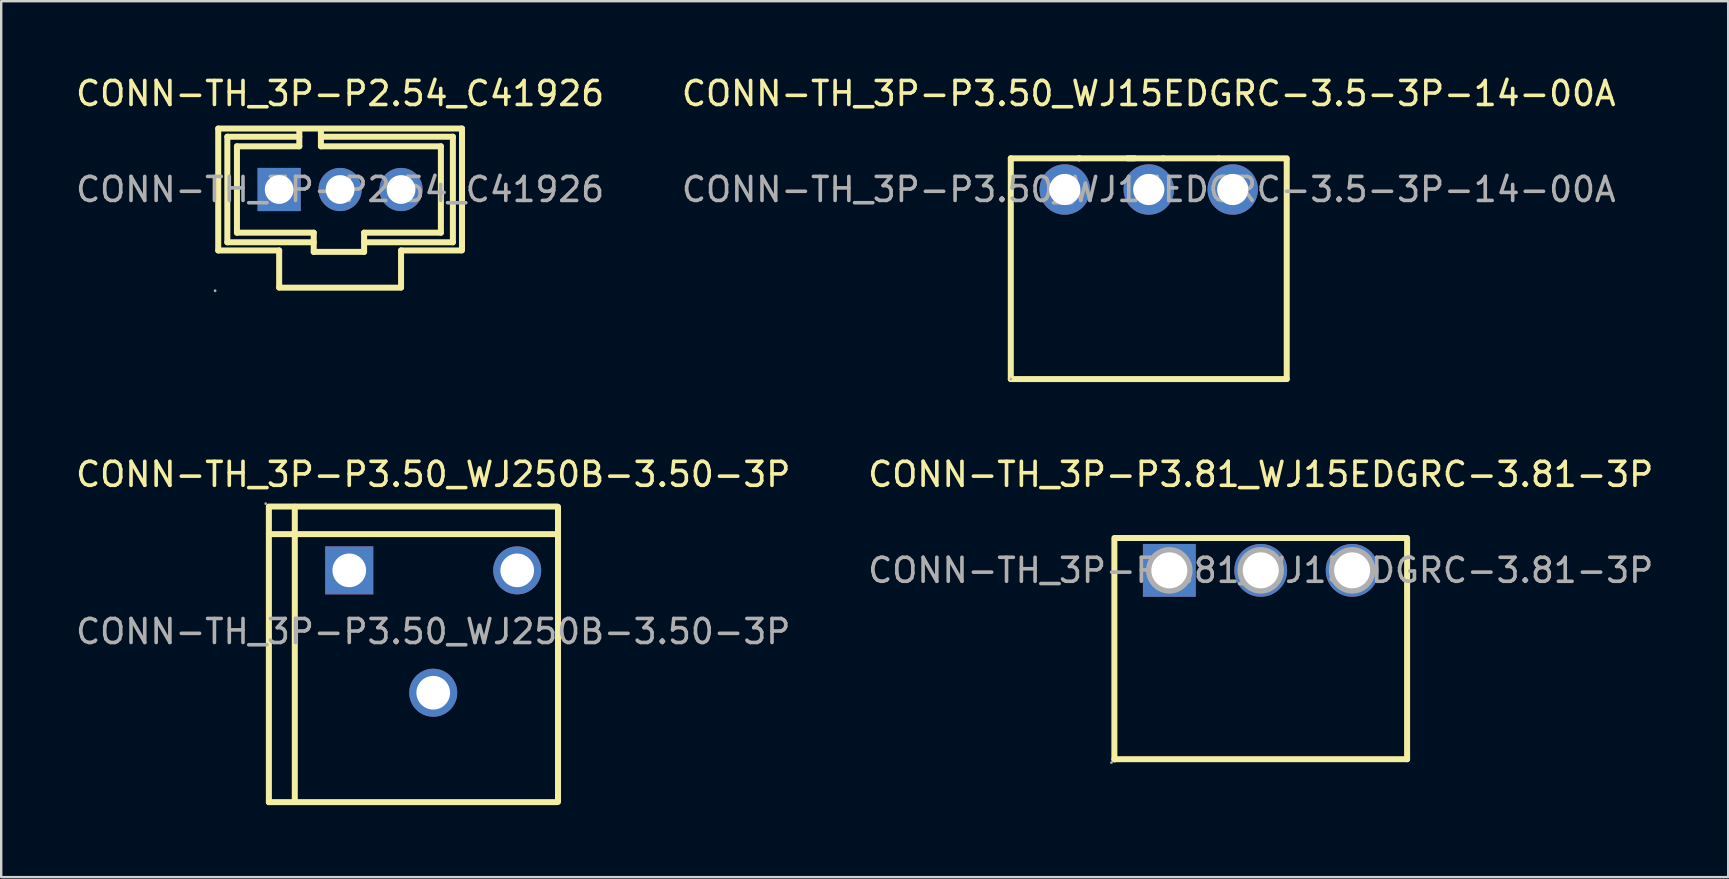
<source format=kicad_pcb>
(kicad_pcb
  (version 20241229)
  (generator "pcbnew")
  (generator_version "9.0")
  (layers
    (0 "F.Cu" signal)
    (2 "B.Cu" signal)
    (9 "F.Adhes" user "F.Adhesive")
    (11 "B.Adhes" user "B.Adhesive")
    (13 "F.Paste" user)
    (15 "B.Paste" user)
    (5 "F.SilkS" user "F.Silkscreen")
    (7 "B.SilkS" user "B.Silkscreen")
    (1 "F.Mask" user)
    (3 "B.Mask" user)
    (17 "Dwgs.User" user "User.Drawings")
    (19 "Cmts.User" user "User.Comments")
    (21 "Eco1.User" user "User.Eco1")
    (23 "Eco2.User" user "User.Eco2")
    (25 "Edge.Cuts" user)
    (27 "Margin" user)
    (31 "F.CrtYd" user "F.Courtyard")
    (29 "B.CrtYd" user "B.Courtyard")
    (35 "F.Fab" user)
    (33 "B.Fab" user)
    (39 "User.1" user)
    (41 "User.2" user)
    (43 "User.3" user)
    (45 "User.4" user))
  (footprint "CONN-TH_3P-P3.50_WJ15EDGRC-3.5-3P-14-00A"
    (layer "F.Cu")
    (at 44.827 4.848)
    (property "Reference" "CONN-TH_3P-P3.50_WJ15EDGRC-3.5-3P-14-00A" (at 0 -4 0) (layer "F.SilkS") (effects (font (size 1 1) (thickness 0.15))))
    (attr through_hole)
    (fp_line (start -5.75 -1.3) (end -2.9 -1.3) (stroke (width 0.25) (type solid)) (layer "F.SilkS"))
    (fp_line (start -5.75 7.9) (end -5.75 -1.3) (stroke (width 0.25) (type solid)) (layer "F.SilkS"))
    (fp_line (start -2.9 -1.3) (end -2.9 -1.3) (stroke (width 0.25) (type solid)) (layer "F.SilkS"))
    (fp_line (start -2.9 -1.3) (end -0.59 -1.3) (stroke (width 0.25) (type solid)) (layer "F.SilkS"))
    (fp_line (start 0.6 -1.3) (end -0.88 -1.3) (stroke (width 0.25) (type solid)) (layer "F.SilkS"))
    (fp_line (start 0.6 -1.3) (end 2.91 -1.3) (stroke (width 0.25) (type solid)) (layer "F.SilkS"))
    (fp_line (start 2.91 -1.3) (end 5.75 -1.3) (stroke (width 0.25) (type solid)) (layer "F.SilkS"))
    (fp_line (start 5.75 -1.25) (end 5.75 7.9) (stroke (width 0.25) (type solid)) (layer "F.SilkS"))
    (fp_line (start 5.75 7.9) (end -5.75 7.9) (stroke (width 0.25) (type solid)) (layer "F.SilkS"))
    (fp_circle (center -5.75 7.9) (end -5.72 7.9) (stroke (width 0.06) (type solid)) (fill no) (layer "F.Fab"))
    (fp_text user "${REFERENCE}" (at 0 0 0) (layer "F.Fab") (effects (font (size 1 1) (thickness 0.15))))
    (pad "1" thru_hole circle (at -3.5 0) (size 2.1 2.1) (drill 1.3) (layers "*.Cu" "*.Paste" "*.Mask"))
    (pad "2" thru_hole circle (at 0 0) (size 2.1 2.1) (drill 1.3) (layers "*.Cu" "*.Paste" "*.Mask"))
    (pad "3" thru_hole circle (at 3.5 0) (size 2.1 2.1) (drill 1.3) (layers "*.Cu" "*.Paste" "*.Mask")))
  (footprint "CONN-TH_3P-P2.54_C41926"
    (layer "F.Cu")
    (at 11.125 4.848)
    (property "Reference" "CONN-TH_3P-P2.54_C41926" (at 0 -4 0) (layer "F.SilkS") (effects (font (size 1 1) (thickness 0.15))))
    (attr through_hole)
    (fp_line (start -5.08 -2.54) (end -5.08 2.54) (stroke (width 0.25) (type solid)) (layer "F.SilkS"))
    (fp_line (start -5.08 -2.54) (end 5.08 -2.54) (stroke (width 0.25) (type solid)) (layer "F.SilkS"))
    (fp_line (start -5.08 2.54) (end -2.54 2.54) (stroke (width 0.25) (type solid)) (layer "F.SilkS"))
    (fp_line (start -4.7 -2.2) (end -4.7 2.2) (stroke (width 0.25) (type solid)) (layer "F.SilkS"))
    (fp_line (start -4.7 2.2) (end -1.1 2.2) (stroke (width 0.25) (type solid)) (layer "F.SilkS"))
    (fp_line (start -4.3 -1.8) (end -4.3 1.8) (stroke (width 0.25) (type solid)) (layer "F.SilkS"))
    (fp_line (start -4.3 1.8) (end -1.1 1.8) (stroke (width 0.25) (type solid)) (layer "F.SilkS"))
    (fp_line (start -2.54 2.54) (end -2.54 4.08) (stroke (width 0.25) (type solid)) (layer "F.SilkS"))
    (fp_line (start -2.54 4.09) (end 2.54 4.09) (stroke (width 0.25) (type solid)) (layer "F.SilkS"))
    (fp_line (start -1.7 -2.2) (end -4.7 -2.2) (stroke (width 0.25) (type solid)) (layer "F.SilkS"))
    (fp_line (start -1.7 -1.8) (end -4.3 -1.8) (stroke (width 0.25) (type solid)) (layer "F.SilkS"))
    (fp_line (start -1.7 -1.8) (end -1.7 -2.5) (stroke (width 0.25) (type solid)) (layer "F.SilkS"))
    (fp_line (start -1.1 1.8) (end -1.1 2.6) (stroke (width 0.25) (type solid)) (layer "F.SilkS"))
    (fp_line (start -1.1 2.6) (end 1 2.6) (stroke (width 0.25) (type solid)) (layer "F.SilkS"))
    (fp_line (start -0.8 -2.2) (end 4.7 -2.2) (stroke (width 0.25) (type solid)) (layer "F.SilkS"))
    (fp_line (start -0.8 -1.8) (end -0.8 -2.5) (stroke (width 0.25) (type solid)) (layer "F.SilkS"))
    (fp_line (start 1 1.8) (end 4.2 1.8) (stroke (width 0.25) (type solid)) (layer "F.SilkS"))
    (fp_line (start 1 2.6) (end 1 1.8) (stroke (width 0.25) (type solid)) (layer "F.SilkS"))
    (fp_line (start 2.54 2.54) (end 2.54 4.08) (stroke (width 0.25) (type solid)) (layer "F.SilkS"))
    (fp_line (start 2.54 2.54) (end 5.04 2.54) (stroke (width 0.25) (type solid)) (layer "F.SilkS"))
    (fp_line (start 4.2 -1.8) (end -0.8 -1.8) (stroke (width 0.25) (type solid)) (layer "F.SilkS"))
    (fp_line (start 4.2 1.8) (end 4.2 -1.8) (stroke (width 0.25) (type solid)) (layer "F.SilkS"))
    (fp_line (start 4.7 -2.2) (end 4.7 2.2) (stroke (width 0.25) (type solid)) (layer "F.SilkS"))
    (fp_line (start 4.7 2.2) (end 1 2.2) (stroke (width 0.25) (type solid)) (layer "F.SilkS"))
    (fp_line (start 5.08 -2.54) (end 5.08 2.54) (stroke (width 0.25) (type solid)) (layer "F.SilkS"))
    (fp_circle (center -5.21 4.22) (end -5.18 4.22) (stroke (width 0.06) (type solid)) (fill no) (layer "F.Fab"))
    (fp_circle (center -2.54 0) (end -2.29 0) (stroke (width 0.5) (type solid)) (fill no) (layer "F.Fab"))
    (fp_circle (center 0 0) (end 0.25 0) (stroke (width 0.5) (type solid)) (fill no) (layer "F.Fab"))
    (fp_circle (center 2.54 0) (end 2.79 0) (stroke (width 0.5) (type solid)) (fill no) (layer "F.Fab"))
    (fp_text user "${REFERENCE}" (at 0 0 0) (layer "F.Fab") (effects (font (size 1 1) (thickness 0.15))))
    (pad "1" thru_hole rect (at -2.54 0) (size 1.8 1.8) (drill 1.2) (layers "*.Cu" "*.Paste" "*.Mask"))
    (pad "2" thru_hole circle (at 0 0) (size 1.8 1.8) (drill 1.2) (layers "*.Cu" "*.Paste" "*.Mask"))
    (pad "3" thru_hole circle (at 2.54 0) (size 1.8 1.8) (drill 1.2) (layers "*.Cu" "*.Paste" "*.Mask")))
  (footprint "CONN-TH_3P-P3.50_WJ250B-3.50-3P"
    (layer "F.Cu")
    (at 15.006 23.271)
    (property "Reference" "CONN-TH_3P-P3.50_WJ250B-3.50-3P" (at 0 -6.55 0) (layer "F.SilkS") (effects (font (size 1 1) (thickness 0.15))))
    (attr through_hole)
    (fp_line (start -6.85 -5.21) (end 5.15 -5.21) (stroke (width 0.25) (type solid)) (layer "F.SilkS"))
    (fp_line (start -6.85 -5.19) (end -6.85 7.11) (stroke (width 0.25) (type solid)) (layer "F.SilkS"))
    (fp_line (start -6.85 -4.06) (end 5.15 -4.06) (stroke (width 0.25) (type solid)) (layer "F.SilkS"))
    (fp_line (start -6.85 7.11) (end 5.15 7.11) (stroke (width 0.25) (type solid)) (layer "F.SilkS"))
    (fp_line (start -5.77 -5.2) (end -5.77 7.1) (stroke (width 0.25) (type solid)) (layer "F.SilkS"))
    (fp_line (start 5.2 -5.2) (end 5.2 7.1) (stroke (width 0.25) (type solid)) (layer "F.SilkS"))
    (fp_circle (center -6.98 -5.33) (end -6.95 -5.33) (stroke (width 0.06) (type solid)) (fill no) (layer "F.Fab"))
    (fp_circle (center -3.5 -2.55) (end -3.2 -2.55) (stroke (width 0.6) (type solid)) (fill no) (layer "F.Fab"))
    (fp_circle (center 0 2.55) (end 0.3 2.55) (stroke (width 0.6) (type solid)) (fill no) (layer "F.Fab"))
    (fp_circle (center 3.5 -2.55) (end 3.8 -2.55) (stroke (width 0.6) (type solid)) (fill no) (layer "F.Fab"))
    (fp_text user "${REFERENCE}" (at 0 0 0) (layer "F.Fab") (effects (font (size 1 1) (thickness 0.15))))
    (pad "1" thru_hole rect (at -3.5 -2.55 180) (size 2 2) (drill 1.402) (layers "*.Cu" "*.Paste" "*.Mask"))
    (pad "4" thru_hole circle (at 0 2.55 180) (size 2 2) (drill 1.402) (layers "*.Cu" "*.Paste" "*.Mask"))
    (pad "5" thru_hole circle (at 3.5 -2.55 180) (size 2 2) (drill 1.402) (layers "*.Cu" "*.Paste" "*.Mask")))
  (footprint "CONN-TH_3P-P3.81_WJ15EDGRC-3.81-3P"
    (layer "F.Cu")
    (at 49.494 20.721)
    (property "Reference" "CONN-TH_3P-P3.81_WJ15EDGRC-3.81-3P" (at 0 -4 0) (layer "F.SilkS") (effects (font (size 1 1) (thickness 0.15))))
    (attr through_hole)
    (fp_line (start -6.1 -1.35) (end 6.1 -1.35) (stroke (width 0.25) (type solid)) (layer "F.SilkS"))
    (fp_line (start -6.1 -1.27) (end -6.1 7.88) (stroke (width 0.25) (type solid)) (layer "F.SilkS"))
    (fp_line (start -6.1 7.87) (end 6.1 7.87) (stroke (width 0.25) (type solid)) (layer "F.SilkS"))
    (fp_line (start 6.1 -1.27) (end 6.1 7.87) (stroke (width 0.25) (type solid)) (layer "F.SilkS"))
    (fp_circle (center -6.22 8.01) (end -6.19 8.01) (stroke (width 0.06) (type solid)) (fill no) (layer "F.Fab"))
    (fp_circle (center -3.81 0) (end -3.49 0) (stroke (width 0.65) (type solid)) (fill no) (layer "F.Fab"))
    (fp_circle (center 0 0) (end 0.32 0) (stroke (width 0.65) (type solid)) (fill no) (layer "F.Fab"))
    (fp_circle (center 3.81 0) (end 4.13 0) (stroke (width 0.65) (type solid)) (fill no) (layer "F.Fab"))
    (fp_text user "${REFERENCE}" (at 0 0 0) (layer "F.Fab") (effects (font (size 1 1) (thickness 0.15))))
    (pad "1" thru_hole rect (at -3.81 0) (size 2.2 2.2) (drill 1.5) (layers "*.Cu" "*.Paste" "*.Mask"))
    (pad "2" thru_hole circle (at 0 0) (size 2.2 2.2) (drill 1.5) (layers "*.Cu" "*.Paste" "*.Mask"))
    (pad "3" thru_hole circle (at 3.81 0) (size 2.2 2.2) (drill 1.5) (layers "*.Cu" "*.Paste" "*.Mask")))
  (gr_rect
    (start -3 -3)
    (end 68.976 33.507)
    (stroke (width 0.1) (type default))
    (fill no)
    (layer "Edge.Cuts")))
</source>
